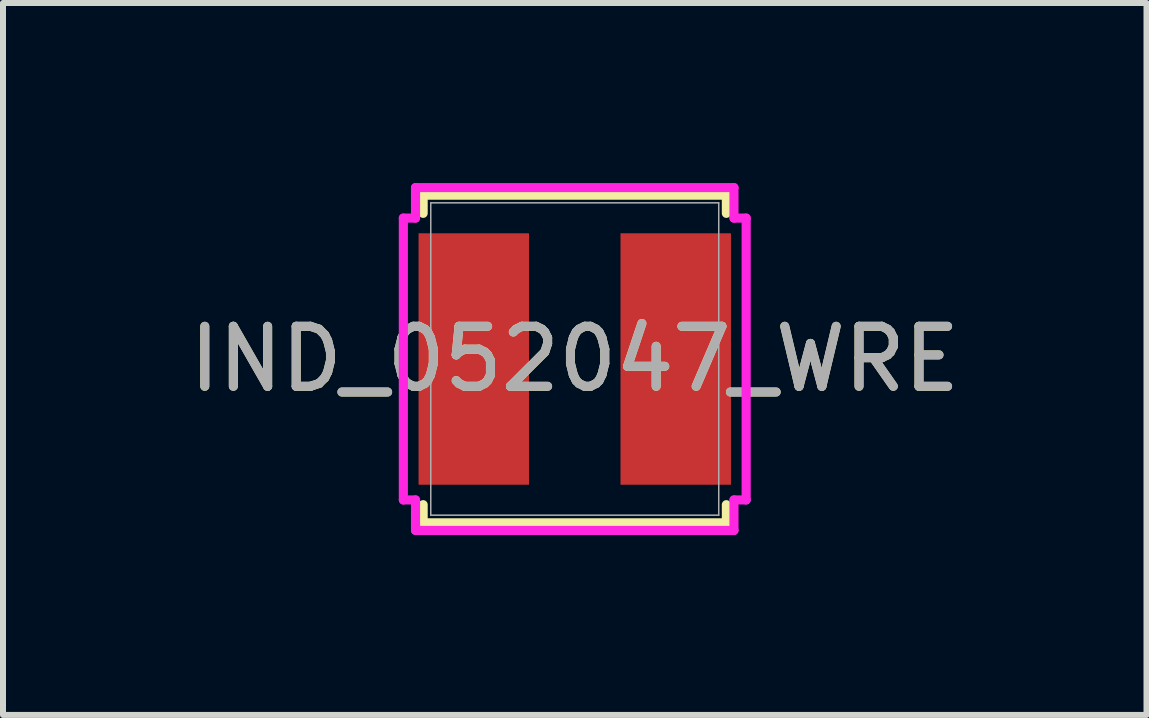
<source format=kicad_pcb>
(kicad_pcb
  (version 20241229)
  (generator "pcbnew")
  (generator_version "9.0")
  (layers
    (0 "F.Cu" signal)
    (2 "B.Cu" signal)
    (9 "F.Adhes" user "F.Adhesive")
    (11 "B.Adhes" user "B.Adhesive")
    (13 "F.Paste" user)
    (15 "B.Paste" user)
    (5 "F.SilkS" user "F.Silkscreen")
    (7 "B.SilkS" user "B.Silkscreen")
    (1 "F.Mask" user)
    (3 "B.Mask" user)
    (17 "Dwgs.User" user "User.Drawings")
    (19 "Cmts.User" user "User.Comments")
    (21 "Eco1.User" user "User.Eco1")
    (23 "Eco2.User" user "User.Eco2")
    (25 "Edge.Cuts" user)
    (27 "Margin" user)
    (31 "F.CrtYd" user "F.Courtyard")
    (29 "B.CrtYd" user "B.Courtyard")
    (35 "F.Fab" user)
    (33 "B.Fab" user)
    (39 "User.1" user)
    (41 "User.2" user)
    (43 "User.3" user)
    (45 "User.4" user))
  (footprint "IND_052047_WRE"
    (layer "F.Cu")
    (at 6.53 2.934)
    (property "Reference" "IND_052047_WRE" (at 0 0 0) (unlocked yes) (layer "F.SilkS") (effects (font (size 1 1) (thickness 0.15))))
    (attr smd)
    (fp_line (start -2.527 -2.731) (end -2.527 -2.428) (stroke (width 0.152) (type solid)) (layer "F.SilkS"))
    (fp_line (start -2.527 2.428) (end -2.527 2.731) (stroke (width 0.152) (type solid)) (layer "F.SilkS"))
    (fp_line (start -2.527 2.731) (end 2.527 2.731) (stroke (width 0.152) (type solid)) (layer "F.SilkS"))
    (fp_line (start 2.527 -2.731) (end -2.527 -2.731) (stroke (width 0.152) (type solid)) (layer "F.SilkS"))
    (fp_line (start 2.527 -2.428) (end 2.527 -2.731) (stroke (width 0.152) (type solid)) (layer "F.SilkS"))
    (fp_line (start 2.527 2.731) (end 2.527 2.428) (stroke (width 0.152) (type solid)) (layer "F.SilkS"))
    (fp_line (start -2.857 -2.349) (end -2.654 -2.349) (stroke (width 0.152) (type solid)) (layer "F.CrtYd"))
    (fp_line (start -2.857 2.349) (end -2.857 -2.349) (stroke (width 0.152) (type solid)) (layer "F.CrtYd"))
    (fp_line (start -2.654 -2.857) (end 2.654 -2.857) (stroke (width 0.152) (type solid)) (layer "F.CrtYd"))
    (fp_line (start -2.654 -2.349) (end -2.654 -2.857) (stroke (width 0.152) (type solid)) (layer "F.CrtYd"))
    (fp_line (start -2.654 2.349) (end -2.857 2.349) (stroke (width 0.152) (type solid)) (layer "F.CrtYd"))
    (fp_line (start -2.654 2.857) (end -2.654 2.349) (stroke (width 0.152) (type solid)) (layer "F.CrtYd"))
    (fp_line (start 2.654 -2.857) (end 2.654 -2.349) (stroke (width 0.152) (type solid)) (layer "F.CrtYd"))
    (fp_line (start 2.654 -2.349) (end 2.857 -2.349) (stroke (width 0.152) (type solid)) (layer "F.CrtYd"))
    (fp_line (start 2.654 2.349) (end 2.654 2.857) (stroke (width 0.152) (type solid)) (layer "F.CrtYd"))
    (fp_line (start 2.654 2.857) (end -2.654 2.857) (stroke (width 0.152) (type solid)) (layer "F.CrtYd"))
    (fp_line (start 2.857 -2.349) (end 2.857 2.349) (stroke (width 0.152) (type solid)) (layer "F.CrtYd"))
    (fp_line (start 2.857 2.349) (end 2.654 2.349) (stroke (width 0.152) (type solid)) (layer "F.CrtYd"))
    (fp_line (start -2.4 -2.603) (end -2.4 2.603) (stroke (width 0.025) (type solid)) (layer "F.Fab"))
    (fp_line (start -2.4 2.603) (end 2.4 2.603) (stroke (width 0.025) (type solid)) (layer "F.Fab"))
    (fp_line (start 2.4 -2.603) (end -2.4 -2.603) (stroke (width 0.025) (type solid)) (layer "F.Fab"))
    (fp_line (start 2.4 2.603) (end 2.4 -2.603) (stroke (width 0.025) (type solid)) (layer "F.Fab"))
    (fp_circle (center -2.324 0) (end -2.324 0) (stroke (width 0.025) (type solid)) (fill no) (layer "F.Fab"))
    (fp_text user "${REFERENCE}" (at 0 0 0) (unlocked yes) (layer "F.Fab") (effects (font (size 1 1) (thickness 0.15))))
    (pad "1" smd rect (at -1.683 0) (size 1.841 4.191) (layers "F.Cu" "F.Mask" "F.Paste"))
    (pad "2" smd rect (at 1.683 0) (size 1.841 4.191) (layers "F.Cu" "F.Mask" "F.Paste"))
    (zone (net_name "") (layer "F.Cu") (hatch full 0.508) (connect_pads) (min_thickness 0.254) (filled_areas_thickness no) (keepout (tracks not_allowed) (vias not_allowed) (pads allowed) (copperpour not_allowed) (footprints allowed)) (placement (enabled no)) (fill) (polygon (pts (xy 5.819 0.381) (xy 7.241 0.381) (xy 7.241 5.486) (xy 5.819 5.486)))))
  (gr_rect
    (start -3 -3)
    (end 16.06 8.867)
    (stroke (width 0.1) (type default))
    (fill no)
    (layer "Edge.Cuts")))
</source>
